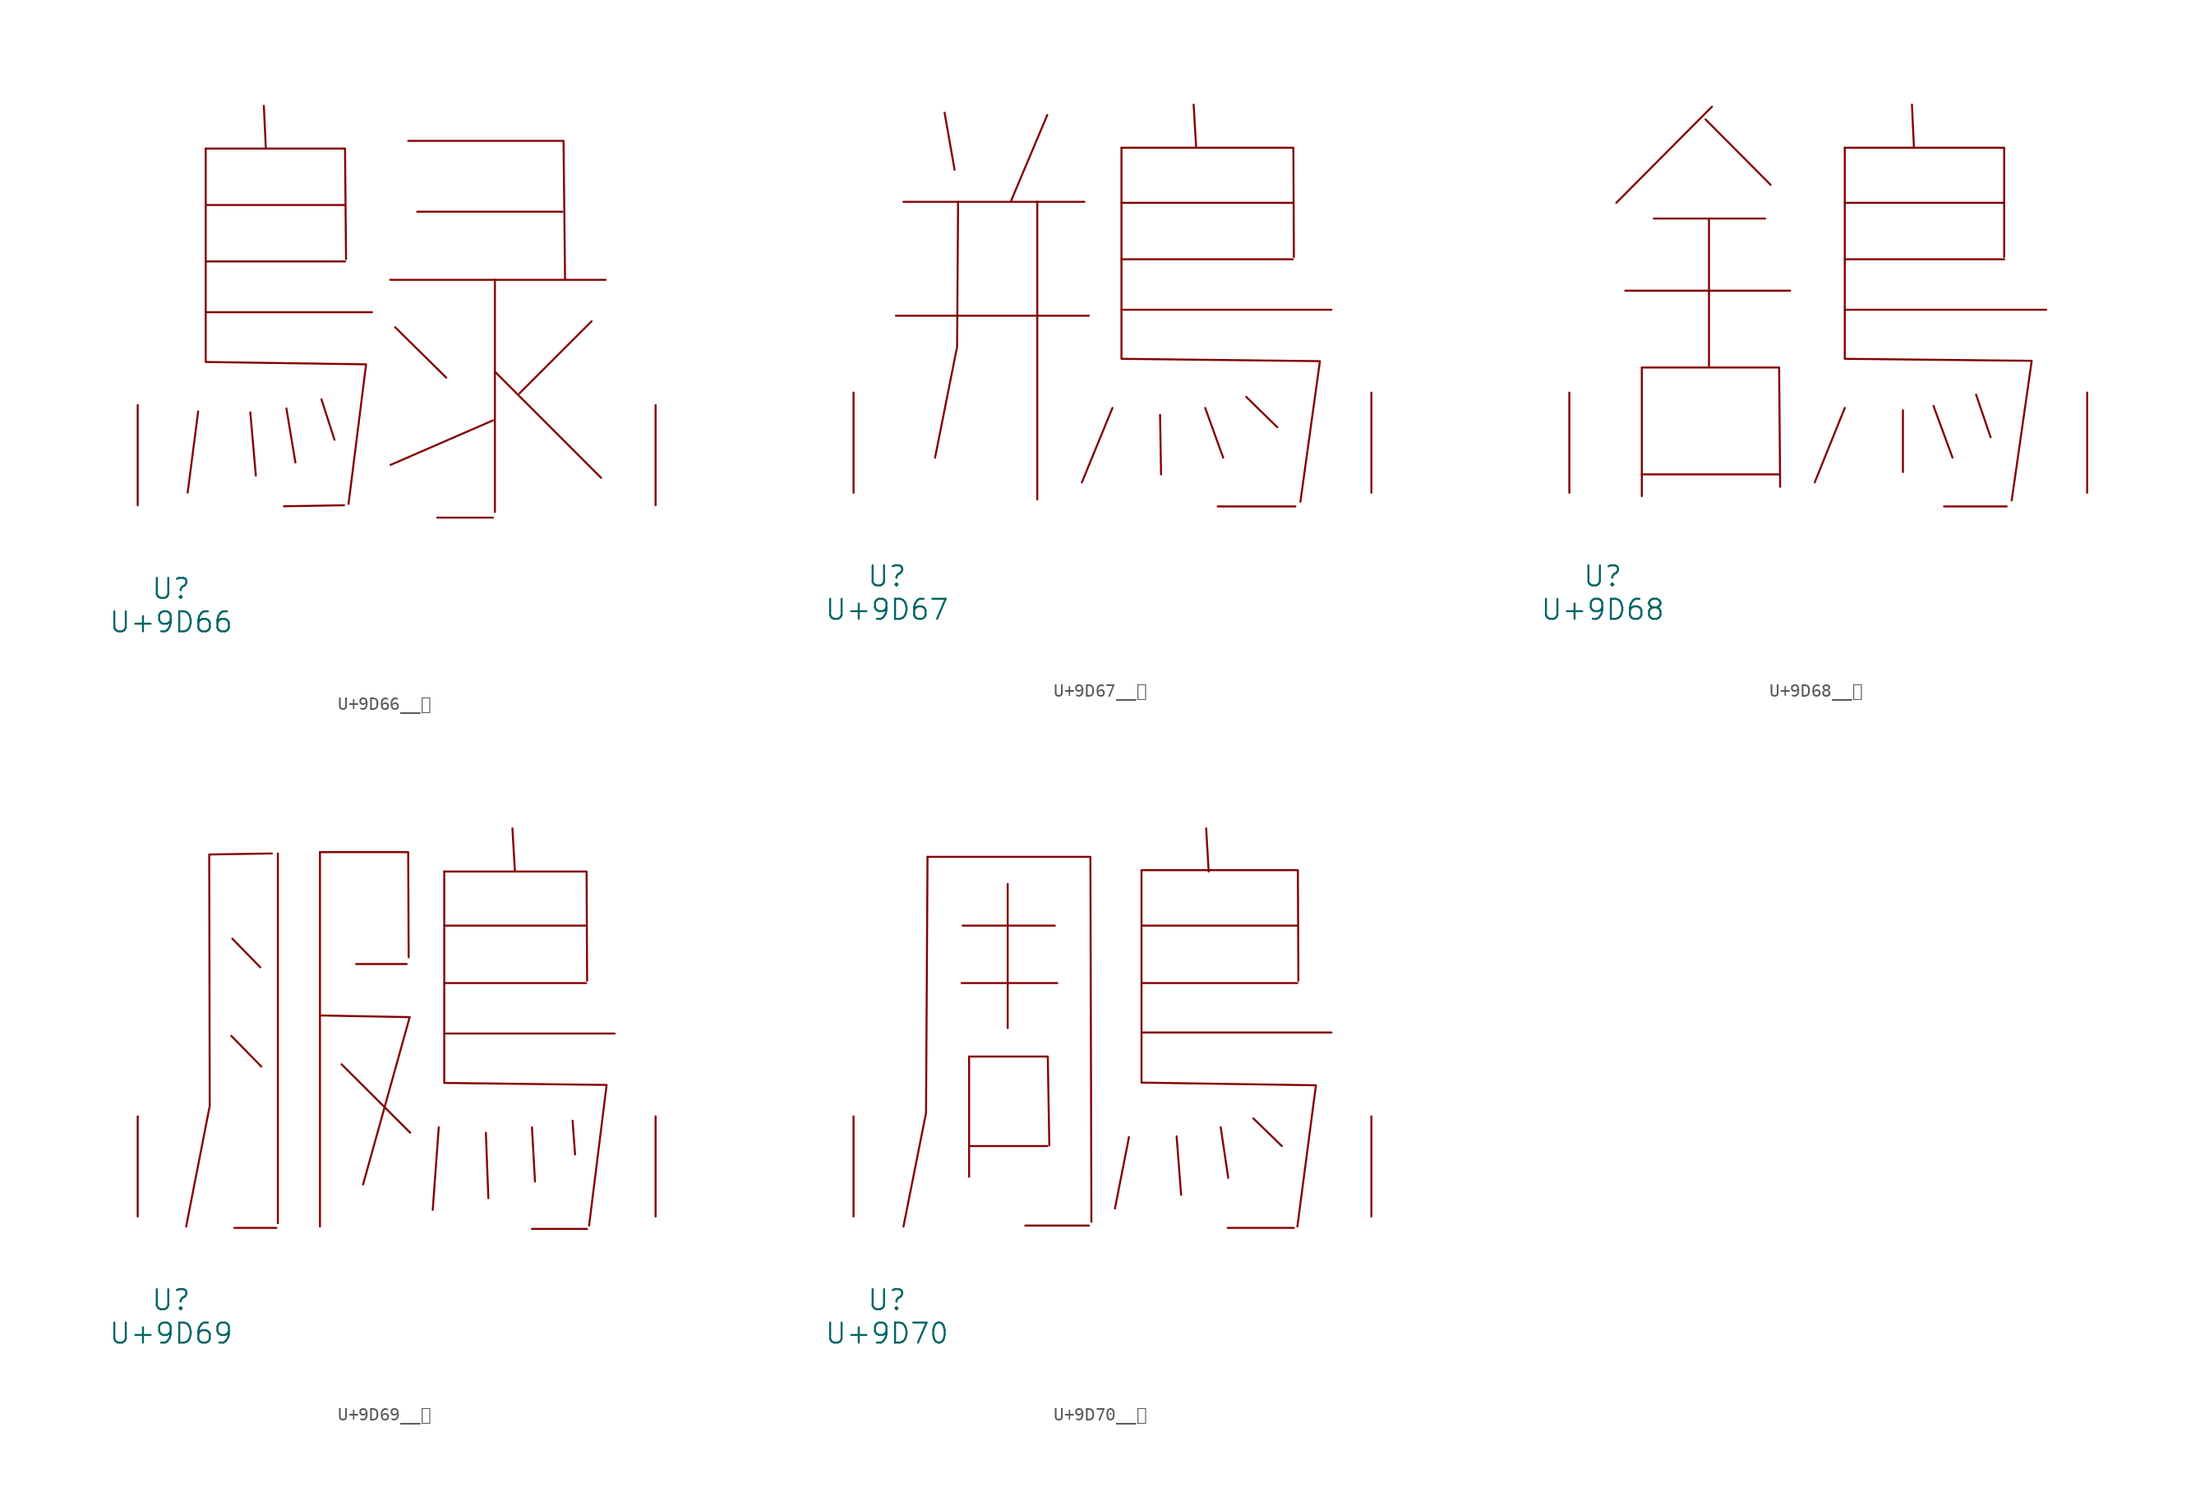
<source format=kicad_sym>
(kicad_symbol_lib
  (version 20231120)
  (generator "kicad_symbol_editor")
  (generator_version "8.0")
  (symbol "U+9D66__鵦"
    (pin_names
      (offset 1.016))
    (property "Reference" "U"
      (at 0 -6.35 0)
      (effects (font (size 1.524 1.524))))
    (property "Value" "U+9D66"
      (at 0 -8.89 0)
      (effects (font (size 1.524 1.524))))
    (symbol "U+9D66__鵦_0_1"
      (polyline (pts (xy 2.057 7.137) (xy 1.257 0.965)) (stroke (width 0) (type solid)) (fill (type none)))
      (polyline (pts (xy 2.629 14.681) (xy 15.278 14.681)) (stroke (width 0) (type solid)) (fill (type none)))
      (polyline (pts (xy 2.629 18.542) (xy 13.221 18.542)) (stroke (width 0) (type solid)) (fill (type none)))
      (polyline (pts (xy 2.629 22.835) (xy 13.221 22.835)) (stroke (width 0) (type solid)) (fill (type none)))
      (polyline (pts (xy 6.02 7.061) (xy 6.439 2.261)) (stroke (width 0) (type solid)) (fill (type none)))
      (polyline (pts (xy 7.048 30.378) (xy 7.201 27.127)) (stroke (width 0) (type solid)) (fill (type none)))
      (polyline (pts (xy 8.763 7.366) (xy 9.449 3.251)) (stroke (width 0) (type solid)) (fill (type none)))
      (polyline (pts (xy 11.43 8.052) (xy 12.421 4.978)) (stroke (width 0) (type solid)) (fill (type none)))
      (polyline (pts (xy 13.145 0) (xy 8.572 -0.076)) (stroke (width 0) (type solid)) (fill (type none)))
      (polyline (pts (xy 16.65 17.145) (xy 33.033 17.145)) (stroke (width 0) (type solid)) (fill (type none)))
      (polyline (pts (xy 17.031 13.538) (xy 20.917 9.703)) (stroke (width 0) (type solid)) (fill (type none)))
      (polyline (pts (xy 18.707 22.327) (xy 29.756 22.327)) (stroke (width 0) (type solid)) (fill (type none)))
      (polyline (pts (xy 20.231 -0.94) (xy 24.46 -0.94)) (stroke (width 0) (type solid)) (fill (type none)))
      (polyline (pts (xy 24.46 6.452) (xy 16.688 3.073)) (stroke (width 0) (type solid)) (fill (type none)))
      (polyline (pts (xy 24.613 10.16) (xy 32.69 2.083)) (stroke (width 0) (type solid)) (fill (type none)))
      (polyline (pts (xy 24.613 17.145) (xy 24.613 -0.508)) (stroke (width 0) (type solid)) (fill (type none)))
      (polyline (pts (xy 31.966 13.995) (xy 26.48 8.509)) (stroke (width 0) (type solid)) (fill (type none)))
      (polyline (pts (xy 2.629 27.127) (xy 13.221 27.127) (xy 13.297 18.72)) (stroke (width 0) (type solid)) (fill (type none)))
      (polyline (pts (xy 18.021 27.711) (xy 29.832 27.711) (xy 29.947 17.247)) (stroke (width 0) (type solid)) (fill (type none)))
      (polyline (pts (xy 2.629 27.127) (xy 2.629 10.897) (xy 14.821 10.719) (xy 13.487 0.102)) (stroke (width 0) (type solid)) (fill (type none)))
      (pin input line (at -2.54 0 90) (length 7.62) (name "~" (effects (font (size 1.27 1.27)))) (number "~" (effects (font (size 1.27 1.27)))))
      (pin input line (at 36.83 0 90) (length 7.62) (name "~" (effects (font (size 1.27 1.27)))) (number "~" (effects (font (size 1.27 1.27)))))))
  (symbol "U+9D67__鵧"
    (pin_names
      (offset 1.016))
    (property "Reference" "U"
      (at 0 -6.35 0)
      (effects (font (size 1.524 1.524))))
    (property "Value" "U+9D67"
      (at 0 -8.89 0)
      (effects (font (size 1.524 1.524))))
    (symbol "U+9D67__鵧_0_1"
      (polyline (pts (xy 0.686 13.462) (xy 15.354 13.462)) (stroke (width 0) (type solid)) (fill (type none)))
      (polyline (pts (xy 1.257 22.123) (xy 15.011 22.123)) (stroke (width 0) (type solid)) (fill (type none)))
      (polyline (pts (xy 4.381 28.905) (xy 5.144 24.562)) (stroke (width 0) (type solid)) (fill (type none)))
      (polyline (pts (xy 11.43 22.123) (xy 11.43 -0.508)) (stroke (width 0) (type solid)) (fill (type none)))
      (polyline (pts (xy 12.192 28.727) (xy 9.449 22.225)) (stroke (width 0) (type solid)) (fill (type none)))
      (polyline (pts (xy 17.145 6.452) (xy 14.821 0.787)) (stroke (width 0) (type solid)) (fill (type none)))
      (polyline (pts (xy 17.831 13.919) (xy 33.795 13.919)) (stroke (width 0) (type solid)) (fill (type none)))
      (polyline (pts (xy 17.831 17.755) (xy 30.861 17.755)) (stroke (width 0) (type solid)) (fill (type none)))
      (polyline (pts (xy 17.831 22.047) (xy 30.861 22.047)) (stroke (width 0) (type solid)) (fill (type none)))
      (polyline (pts (xy 20.765 5.918) (xy 20.841 1.397)) (stroke (width 0) (type solid)) (fill (type none)))
      (polyline (pts (xy 23.317 29.515) (xy 23.508 26.238)) (stroke (width 0) (type solid)) (fill (type none)))
      (polyline (pts (xy 24.194 6.452) (xy 25.565 2.667)) (stroke (width 0) (type solid)) (fill (type none)))
      (polyline (pts (xy 25.146 -1.041) (xy 31.052 -1.041)) (stroke (width 0) (type solid)) (fill (type none)))
      (polyline (pts (xy 27.318 7.29) (xy 29.68 4.978)) (stroke (width 0) (type solid)) (fill (type none)))
      (polyline (pts (xy 5.41 22.123) (xy 5.334 11.1) (xy 3.658 2.667)) (stroke (width 0) (type solid)) (fill (type none)))
      (polyline (pts (xy 17.831 26.238) (xy 30.899 26.238) (xy 30.937 17.932)) (stroke (width 0) (type solid)) (fill (type none)))
      (polyline (pts (xy 17.831 26.238) (xy 17.831 10.185) (xy 32.918 10.008) (xy 31.433 -0.686)) (stroke (width 0) (type solid)) (fill (type none)))
      (pin input line (at -2.54 0 90) (length 7.62) (name "~" (effects (font (size 1.27 1.27)))) (number "~" (effects (font (size 1.27 1.27)))))
      (pin input line (at 36.83 0 90) (length 7.62) (name "~" (effects (font (size 1.27 1.27)))) (number "~" (effects (font (size 1.27 1.27)))))))
  (symbol "U+9D68__鵨"
    (pin_names
      (offset 1.016))
    (property "Reference" "U"
      (at 0 -6.35 0)
      (effects (font (size 1.524 1.524))))
    (property "Value" "U+9D68"
      (at 0 -8.89 0)
      (effects (font (size 1.524 1.524))))
    (symbol "U+9D68__鵨_0_1"
      (polyline (pts (xy 1.714 15.367) (xy 14.249 15.367)) (stroke (width 0) (type solid)) (fill (type none)))
      (polyline (pts (xy 2.972 1.397) (xy 13.373 1.397)) (stroke (width 0) (type solid)) (fill (type none)))
      (polyline (pts (xy 2.972 9.525) (xy 2.972 -0.254)) (stroke (width 0) (type solid)) (fill (type none)))
      (polyline (pts (xy 3.886 20.853) (xy 12.344 20.853)) (stroke (width 0) (type solid)) (fill (type none)))
      (polyline (pts (xy 7.811 28.397) (xy 12.764 23.419)) (stroke (width 0) (type solid)) (fill (type none)))
      (polyline (pts (xy 8.077 20.853) (xy 8.077 9.627)) (stroke (width 0) (type solid)) (fill (type none)))
      (polyline (pts (xy 8.306 29.362) (xy 1.029 22.047)) (stroke (width 0) (type solid)) (fill (type none)))
      (polyline (pts (xy 18.402 6.452) (xy 16.116 0.787)) (stroke (width 0) (type solid)) (fill (type none)))
      (polyline (pts (xy 18.402 13.919) (xy 33.718 13.919)) (stroke (width 0) (type solid)) (fill (type none)))
      (polyline (pts (xy 18.402 17.755) (xy 30.518 17.755)) (stroke (width 0) (type solid)) (fill (type none)))
      (polyline (pts (xy 18.402 22.047) (xy 30.518 22.047)) (stroke (width 0) (type solid)) (fill (type none)))
      (polyline (pts (xy 22.822 6.274) (xy 22.822 1.575)) (stroke (width 0) (type solid)) (fill (type none)))
      (polyline (pts (xy 23.508 29.515) (xy 23.66 26.238)) (stroke (width 0) (type solid)) (fill (type none)))
      (polyline (pts (xy 25.146 6.604) (xy 26.594 2.667)) (stroke (width 0) (type solid)) (fill (type none)))
      (polyline (pts (xy 25.946 -1.041) (xy 30.709 -1.041)) (stroke (width 0) (type solid)) (fill (type none)))
      (polyline (pts (xy 28.384 7.468) (xy 29.489 4.216)) (stroke (width 0) (type solid)) (fill (type none)))
      (polyline (pts (xy 2.972 9.525) (xy 13.411 9.525) (xy 13.487 0.457)) (stroke (width 0) (type solid)) (fill (type none)))
      (polyline (pts (xy 18.402 26.238) (xy 30.518 26.238) (xy 30.518 17.932)) (stroke (width 0) (type solid)) (fill (type none)))
      (polyline (pts (xy 18.402 26.238) (xy 18.402 10.185) (xy 32.614 10.033) (xy 31.09 -0.584)) (stroke (width 0) (type solid)) (fill (type none)))
      (pin input line (at -2.54 0 90) (length 7.62) (name "~" (effects (font (size 1.27 1.27)))) (number "~" (effects (font (size 1.27 1.27)))))
      (pin input line (at 36.83 0 90) (length 7.62) (name "~" (effects (font (size 1.27 1.27)))) (number "~" (effects (font (size 1.27 1.27)))))))
  (symbol "U+9D69__鵩"
    (pin_names
      (offset 1.016))
    (property "Reference" "U"
      (at 0 -6.35 0)
      (effects (font (size 1.524 1.524))))
    (property "Value" "U+9D69"
      (at 0 -8.89 0)
      (effects (font (size 1.524 1.524))))
    (symbol "U+9D69__鵩_0_1"
      (polyline (pts (xy 4.572 13.741) (xy 6.858 11.405)) (stroke (width 0) (type solid)) (fill (type none)))
      (polyline (pts (xy 4.648 21.133) (xy 6.782 18.948)) (stroke (width 0) (type solid)) (fill (type none)))
      (polyline (pts (xy 4.801 -0.864) (xy 8.001 -0.864)) (stroke (width 0) (type solid)) (fill (type none)))
      (polyline (pts (xy 8.115 27.61) (xy 8.115 -0.508)) (stroke (width 0) (type solid)) (fill (type none)))
      (polyline (pts (xy 11.316 27.711) (xy 11.316 -0.762)) (stroke (width 0) (type solid)) (fill (type none)))
      (polyline (pts (xy 12.954 11.582) (xy 18.174 6.375)) (stroke (width 0) (type solid)) (fill (type none)))
      (polyline (pts (xy 14.059 19.202) (xy 17.907 19.202)) (stroke (width 0) (type solid)) (fill (type none)))
      (polyline (pts (xy 20.345 6.782) (xy 19.888 0.508)) (stroke (width 0) (type solid)) (fill (type none)))
      (polyline (pts (xy 20.765 13.919) (xy 33.718 13.919)) (stroke (width 0) (type solid)) (fill (type none)))
      (polyline (pts (xy 20.765 17.755) (xy 31.547 17.755)) (stroke (width 0) (type solid)) (fill (type none)))
      (polyline (pts (xy 20.765 22.123) (xy 31.547 22.123)) (stroke (width 0) (type solid)) (fill (type none)))
      (polyline (pts (xy 23.927 6.375) (xy 24.117 1.397)) (stroke (width 0) (type solid)) (fill (type none)))
      (polyline (pts (xy 25.946 29.515) (xy 26.137 26.238)) (stroke (width 0) (type solid)) (fill (type none)))
      (polyline (pts (xy 27.432 -0.94) (xy 31.623 -0.94)) (stroke (width 0) (type solid)) (fill (type none)))
      (polyline (pts (xy 27.432 6.782) (xy 27.661 2.667)) (stroke (width 0) (type solid)) (fill (type none)))
      (polyline (pts (xy 30.518 7.29) (xy 30.709 4.724)) (stroke (width 0) (type solid)) (fill (type none)))
      (polyline (pts (xy 11.316 15.291) (xy 18.136 15.164) (xy 14.592 2.438)) (stroke (width 0) (type solid)) (fill (type none)))
      (polyline (pts (xy 11.316 27.711) (xy 18.021 27.711) (xy 18.059 19.71)) (stroke (width 0) (type solid)) (fill (type none)))
      (polyline (pts (xy 20.765 26.238) (xy 31.585 26.238) (xy 31.623 17.932)) (stroke (width 0) (type solid)) (fill (type none)))
      (polyline (pts (xy 7.658 27.61) (xy 2.896 27.534) (xy 2.934 8.407) (xy 1.143 -0.762)) (stroke (width 0) (type solid)) (fill (type none)))
      (polyline (pts (xy 20.765 26.238) (xy 20.765 10.16) (xy 33.109 10.008) (xy 31.775 -0.686)) (stroke (width 0) (type solid)) (fill (type none)))
      (pin input line (at -2.54 0 90) (length 7.62) (name "~" (effects (font (size 1.27 1.27)))) (number "~" (effects (font (size 1.27 1.27)))))
      (pin input line (at 36.83 0 90) (length 7.62) (name "~" (effects (font (size 1.27 1.27)))) (number "~" (effects (font (size 1.27 1.27)))))))
  (symbol "U+9D70__鵰"
    (pin_names
      (offset 1.016))
    (property "Reference" "U"
      (at 0 -6.35 0)
      (effects (font (size 1.524 1.524))))
    (property "Value" "U+9D70"
      (at 0 -8.89 0)
      (effects (font (size 1.524 1.524))))
    (symbol "U+9D70__鵰_0_1"
      (polyline (pts (xy 5.677 17.755) (xy 12.954 17.755)) (stroke (width 0) (type solid)) (fill (type none)))
      (polyline (pts (xy 5.753 22.123) (xy 12.764 22.123)) (stroke (width 0) (type solid)) (fill (type none)))
      (polyline (pts (xy 6.248 5.359) (xy 12.192 5.359)) (stroke (width 0) (type solid)) (fill (type none)))
      (polyline (pts (xy 6.248 12.167) (xy 6.248 3.023)) (stroke (width 0) (type solid)) (fill (type none)))
      (polyline (pts (xy 9.182 25.298) (xy 9.182 14.326)) (stroke (width 0) (type solid)) (fill (type none)))
      (polyline (pts (xy 10.516 -0.686) (xy 15.354 -0.686)) (stroke (width 0) (type solid)) (fill (type none)))
      (polyline (pts (xy 18.402 6.045) (xy 17.335 0.61)) (stroke (width 0) (type solid)) (fill (type none)))
      (polyline (pts (xy 19.355 13.995) (xy 33.795 13.995)) (stroke (width 0) (type solid)) (fill (type none)))
      (polyline (pts (xy 19.355 17.755) (xy 31.204 17.755)) (stroke (width 0) (type solid)) (fill (type none)))
      (polyline (pts (xy 19.355 22.123) (xy 31.204 22.123)) (stroke (width 0) (type solid)) (fill (type none)))
      (polyline (pts (xy 22.022 6.096) (xy 22.365 1.651)) (stroke (width 0) (type solid)) (fill (type none)))
      (polyline (pts (xy 24.27 29.515) (xy 24.46 26.238)) (stroke (width 0) (type solid)) (fill (type none)))
      (polyline (pts (xy 25.375 6.782) (xy 25.946 2.946)) (stroke (width 0) (type solid)) (fill (type none)))
      (polyline (pts (xy 25.908 -0.864) (xy 30.937 -0.864)) (stroke (width 0) (type solid)) (fill (type none)))
      (polyline (pts (xy 27.851 7.468) (xy 30.023 5.359)) (stroke (width 0) (type solid)) (fill (type none)))
      (polyline (pts (xy 3.086 27.356) (xy 2.972 7.874) (xy 1.257 -0.762)) (stroke (width 0) (type solid)) (fill (type none)))
      (polyline (pts (xy 3.086 27.356) (xy 15.469 27.356) (xy 15.545 -0.406)) (stroke (width 0) (type solid)) (fill (type none)))
      (polyline (pts (xy 6.248 12.167) (xy 12.23 12.167) (xy 12.344 5.41)) (stroke (width 0) (type solid)) (fill (type none)))
      (polyline (pts (xy 19.355 26.34) (xy 31.242 26.34) (xy 31.28 17.932)) (stroke (width 0) (type solid)) (fill (type none)))
      (polyline (pts (xy 19.355 26.34) (xy 19.355 10.185) (xy 32.614 9.982) (xy 31.204 -0.762)) (stroke (width 0) (type solid)) (fill (type none)))
      (pin input line (at -2.54 0 90) (length 7.62) (name "~" (effects (font (size 1.27 1.27)))) (number "~" (effects (font (size 1.27 1.27)))))
      (pin input line (at 36.83 0 90) (length 7.62) (name "~" (effects (font (size 1.27 1.27)))) (number "~" (effects (font (size 1.27 1.27))))))))
</source>
